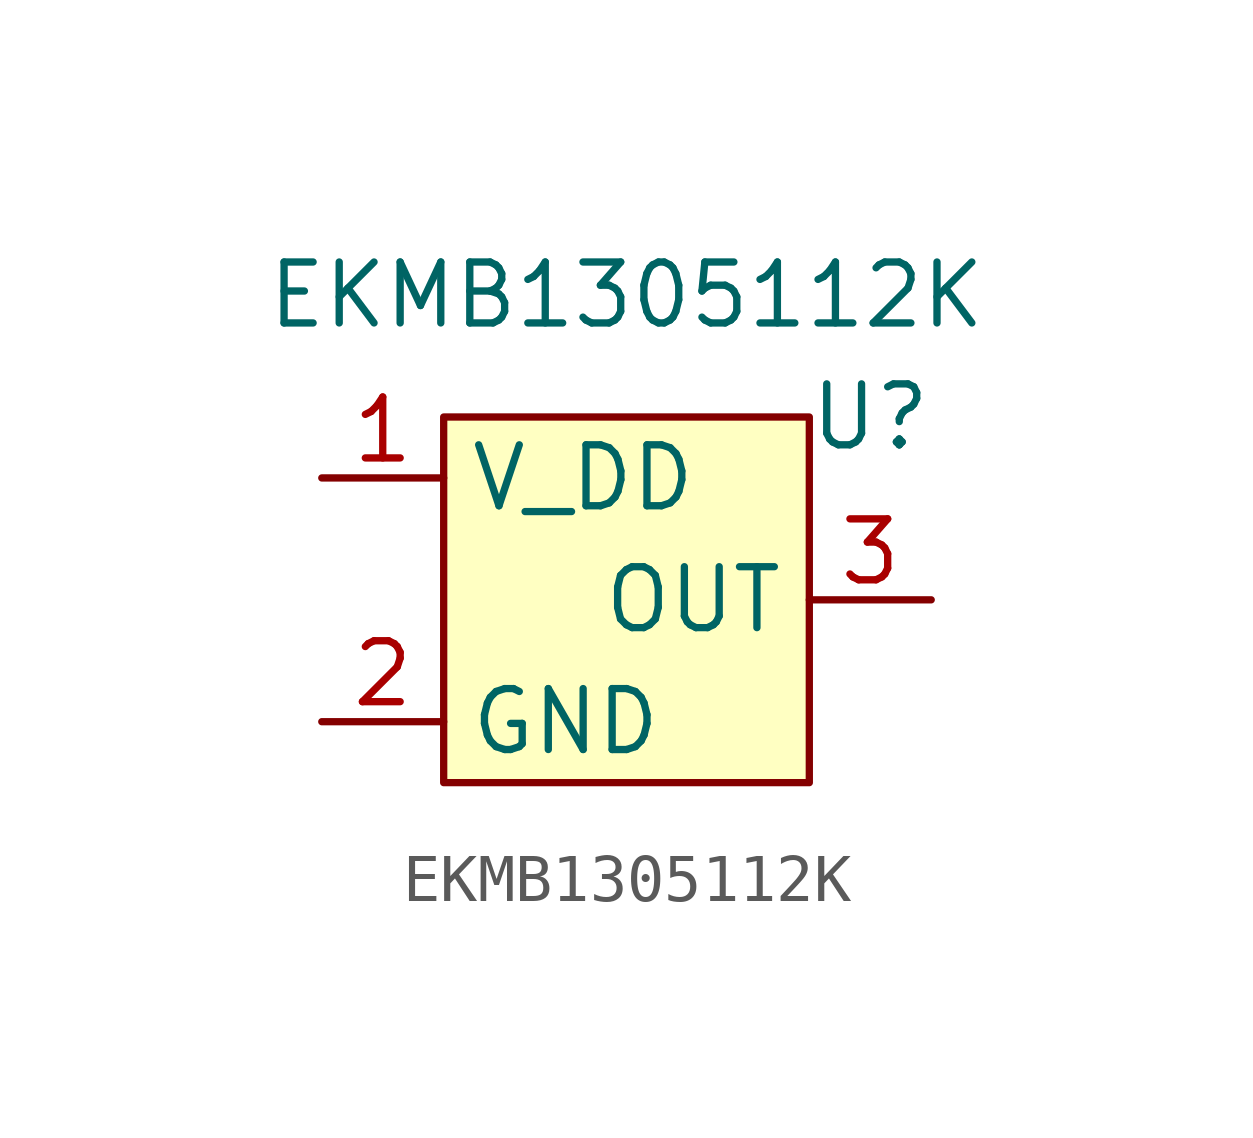
<source format=kicad_sym>
(kicad_symbol_lib
  (version 20211014)
  (generator kicad_symbol_editor)
  (symbol "EKMB1305112K"
    (property "Reference" "U"
      (at 5.08 2.54 0)
      (effects (font (size 1.27 1.27))))
    (property "Value" "EKMB1305112K"
      (at 0 5.08 0)
      (effects (font (size 1.27 1.27))))
    (symbol "EKMB1305112K_0_1"
      (rectangle (start -3.81 2.54) (end 3.81 -5.08) (stroke (width 0.152) (type default) (color 0 0 0 0)) (fill (type background))))
    (symbol "EKMB1305112K_1_1"
      (pin input line (at -6.35 1.27 0) (length 2.54) (name "V_DD" (effects (font (size 1.27 1.27)))) (number "1" (effects (font (size 1.27 1.27)))))
      (pin input line (at -6.35 -3.81 0) (length 2.54) (name "GND" (effects (font (size 1.27 1.27)))) (number "2" (effects (font (size 1.27 1.27)))))
      (pin output line (at 6.35 -1.27 180) (length 2.54) (name "OUT" (effects (font (size 1.27 1.27)))) (number "3" (effects (font (size 1.27 1.27))))))))
</source>
